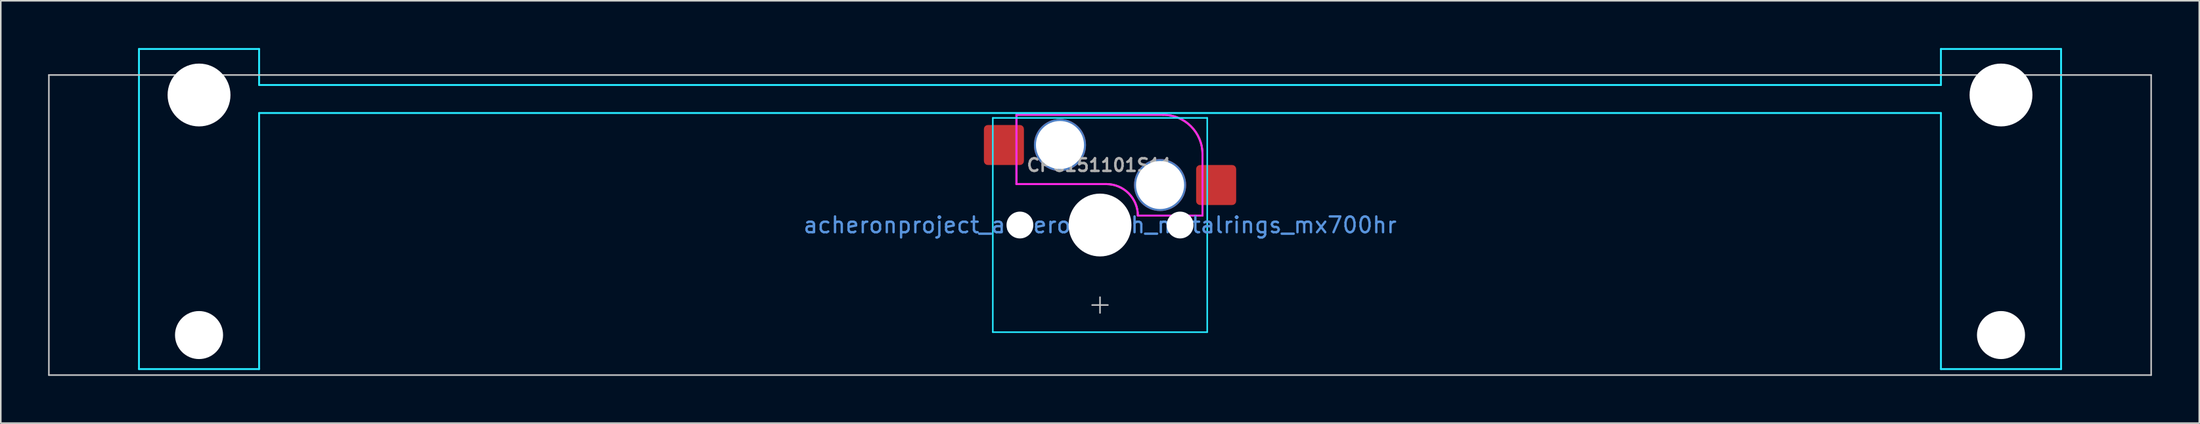
<source format=kicad_pcb>
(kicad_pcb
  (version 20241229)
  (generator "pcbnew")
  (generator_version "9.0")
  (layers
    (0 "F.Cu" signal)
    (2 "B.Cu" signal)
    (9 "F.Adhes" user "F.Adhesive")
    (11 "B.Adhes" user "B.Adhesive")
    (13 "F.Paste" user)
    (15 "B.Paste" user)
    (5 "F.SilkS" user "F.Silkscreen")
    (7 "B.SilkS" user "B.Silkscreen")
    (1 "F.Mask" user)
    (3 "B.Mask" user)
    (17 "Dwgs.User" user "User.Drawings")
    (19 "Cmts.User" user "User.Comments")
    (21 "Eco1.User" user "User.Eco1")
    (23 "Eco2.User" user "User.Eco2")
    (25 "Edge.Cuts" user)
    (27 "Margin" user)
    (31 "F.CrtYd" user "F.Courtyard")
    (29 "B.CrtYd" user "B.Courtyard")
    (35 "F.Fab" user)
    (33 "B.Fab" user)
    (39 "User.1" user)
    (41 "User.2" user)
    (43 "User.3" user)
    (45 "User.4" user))
  (footprint "acheronproject_acheron_mxh_metalrings_mx700hr"
    (layer "F.Cu")
    (at 66.725 11.236)
    (property "Reference" "acheronproject_acheron_mxh_metalrings_mx700hr" (at 0 0 0) (layer "Cmts.User") (effects (font (size 1 1) (thickness 0.15))))
    (attr smd)
    (fp_line (start -66.675 -9.525) (end -66.675 9.525) (stroke (width 0.1) (type solid)) (layer "Dwgs.User"))
    (fp_line (start -66.675 -9.525) (end 66.675 -9.525) (stroke (width 0.1) (type solid)) (layer "Dwgs.User"))
    (fp_line (start -66.675 9.525) (end 66.675 9.525) (stroke (width 0.1) (type solid)) (layer "Dwgs.User"))
    (fp_line (start -0.5 5.08) (end 0.5 5.08) (stroke (width 0.1) (type solid)) (layer "Dwgs.User"))
    (fp_line (start 0 5.58) (end 0 4.58) (stroke (width 0.1) (type solid)) (layer "Dwgs.User"))
    (fp_line (start 66.675 -9.525) (end 66.675 9.525) (stroke (width 0.1) (type solid)) (layer "Dwgs.User"))
    (fp_line (start -60.65 -8.515) (end -60.65 5.485) (stroke (width 0.1) (type solid)) (layer "Eco1.User"))
    (fp_line (start -60.15 -9.015) (end -54.15 -9.015) (stroke (width 0.1) (type solid)) (layer "Eco1.User"))
    (fp_line (start -54.15 5.985) (end -60.15 5.985) (stroke (width 0.1) (type solid)) (layer "Eco1.User"))
    (fp_line (start -53.65 5.485) (end -53.65 -8.515) (stroke (width 0.1) (type solid)) (layer "Eco1.User"))
    (fp_line (start -7 -6.5) (end -7 6.5) (stroke (width 0.1) (type solid)) (layer "Eco1.User"))
    (fp_line (start -6.5 7) (end 6.5 7) (stroke (width 0.1) (type solid)) (layer "Eco1.User"))
    (fp_line (start 6.5 -7) (end -6.5 -7) (stroke (width 0.1) (type solid)) (layer "Eco1.User"))
    (fp_line (start 7 6.5) (end 7 -6.5) (stroke (width 0.1) (type solid)) (layer "Eco1.User"))
    (fp_line (start 53.65 -8.515) (end 53.65 5.485) (stroke (width 0.1) (type solid)) (layer "Eco1.User"))
    (fp_line (start 54.15 -9.015) (end 60.15 -9.015) (stroke (width 0.1) (type solid)) (layer "Eco1.User"))
    (fp_line (start 60.15 5.985) (end 54.15 5.985) (stroke (width 0.1) (type solid)) (layer "Eco1.User"))
    (fp_line (start 60.65 5.485) (end 60.65 -8.515) (stroke (width 0.1) (type solid)) (layer "Eco1.User"))
    (fp_arc (start -60.65 -8.515) (mid -60.503553 -8.868553) (end -60.15 -9.015) (stroke (width 0.1) (type solid)) (layer "Eco1.User"))
    (fp_arc (start -60.15 5.985) (mid -60.503553 5.838553) (end -60.65 5.485) (stroke (width 0.1) (type solid)) (layer "Eco1.User"))
    (fp_arc (start -54.15 -9.015) (mid -53.796447 -8.868553) (end -53.65 -8.515) (stroke (width 0.1) (type solid)) (layer "Eco1.User"))
    (fp_arc (start -53.65 5.485) (mid -53.796447 5.838553) (end -54.15 5.985) (stroke (width 0.1) (type solid)) (layer "Eco1.User"))
    (fp_arc (start -7 -6.5) (mid -6.853553 -6.853553) (end -6.5 -7) (stroke (width 0.1) (type solid)) (layer "Eco1.User"))
    (fp_arc (start -6.5 7) (mid -6.853553 6.853553) (end -7 6.5) (stroke (width 0.1) (type solid)) (layer "Eco1.User"))
    (fp_arc (start 6.5 -7) (mid 6.853553 -6.853553) (end 7 -6.5) (stroke (width 0.1) (type solid)) (layer "Eco1.User"))
    (fp_arc (start 7 6.5) (mid 6.853553 6.853553) (end 6.5 7) (stroke (width 0.1) (type solid)) (layer "Eco1.User"))
    (fp_arc (start 53.65 -8.515) (mid 53.796447 -8.868553) (end 54.15 -9.015) (stroke (width 0.1) (type solid)) (layer "Eco1.User"))
    (fp_arc (start 54.15 5.985) (mid 53.796447 5.838553) (end 53.65 5.485) (stroke (width 0.1) (type solid)) (layer "Eco1.User"))
    (fp_arc (start 60.15 -9.015) (mid 60.503553 -8.868553) (end 60.65 -8.515) (stroke (width 0.1) (type solid)) (layer "Eco1.User"))
    (fp_arc (start 60.65 5.485) (mid 60.503553 5.838553) (end 60.15 5.985) (stroke (width 0.1) (type solid)) (layer "Eco1.User"))
    (fp_line (start -60.96 -11.176) (end -60.96 9.144) (stroke (width 0.12) (type solid)) (layer "B.CrtYd"))
    (fp_line (start -60.96 -11.176) (end -53.34 -11.176) (stroke (width 0.12) (type solid)) (layer "B.CrtYd"))
    (fp_line (start -60.96 9.144) (end -53.34 9.144) (stroke (width 0.12) (type solid)) (layer "B.CrtYd"))
    (fp_line (start -53.34 -11.176) (end -53.34 -8.89) (stroke (width 0.12) (type solid)) (layer "B.CrtYd"))
    (fp_line (start -53.34 -7.112) (end -53.34 9.144) (stroke (width 0.12) (type solid)) (layer "B.CrtYd"))
    (fp_line (start -6.8 -6.8) (end -6.8 6.8) (stroke (width 0.1) (type solid)) (layer "B.CrtYd"))
    (fp_line (start 6.8 -6.8) (end -6.8 -6.8) (stroke (width 0.1) (type solid)) (layer "B.CrtYd"))
    (fp_line (start 6.8 -6.8) (end 6.8 6.8) (stroke (width 0.1) (type solid)) (layer "B.CrtYd"))
    (fp_line (start 6.8 6.8) (end -6.8 6.8) (stroke (width 0.1) (type solid)) (layer "B.CrtYd"))
    (fp_line (start 53.34 -11.176) (end 53.34 -8.89) (stroke (width 0.12) (type solid)) (layer "B.CrtYd"))
    (fp_line (start 53.34 -8.89) (end -53.34 -8.89) (stroke (width 0.12) (type solid)) (layer "B.CrtYd"))
    (fp_line (start 53.34 -7.112) (end -53.34 -7.112) (stroke (width 0.12) (type solid)) (layer "B.CrtYd"))
    (fp_line (start 53.34 -7.112) (end 53.34 9.144) (stroke (width 0.12) (type solid)) (layer "B.CrtYd"))
    (fp_line (start 60.96 -11.176) (end 53.34 -11.176) (stroke (width 0.12) (type solid)) (layer "B.CrtYd"))
    (fp_line (start 60.96 -11.176) (end 60.96 9.144) (stroke (width 0.12) (type solid)) (layer "B.CrtYd"))
    (fp_line (start 60.96 9.144) (end 53.34 9.144) (stroke (width 0.12) (type solid)) (layer "B.CrtYd"))
    (fp_line (start -5.3 -7) (end -5.3 -2.6) (stroke (width 0.127) (type solid)) (layer "F.CrtYd"))
    (fp_line (start -5.2 -7) (end -5.3 -7) (stroke (width 0.12) (type solid)) (layer "F.CrtYd"))
    (fp_line (start 0.4 -2.6) (end -5.3 -2.6) (stroke (width 0.127) (type solid)) (layer "F.CrtYd"))
    (fp_line (start 4 -7) (end -5.2 -7) (stroke (width 0.12) (type solid)) (layer "F.CrtYd"))
    (fp_line (start 6.5 -4.5) (end 6.5 -0.6) (stroke (width 0.12) (type solid)) (layer "F.CrtYd"))
    (fp_line (start 6.5 -0.6) (end 2.4 -0.6) (stroke (width 0.12) (type solid)) (layer "F.CrtYd"))
    (fp_arc (start 0.4 -2.6) (mid 1.814214 -2.014214) (end 2.4 -0.6) (stroke (width 0.127) (type solid)) (layer "F.CrtYd"))
    (fp_arc (start 4 -7) (mid 5.767767 -6.267767) (end 6.5 -4.5) (stroke (width 0.127) (type solid)) (layer "F.CrtYd"))
    (fp_line (start -5.3 -7) (end -5.3 -2.6) (stroke (width 0.127) (type solid)) (layer "F.Fab"))
    (fp_line (start -5.3 -7) (end 4 -7) (stroke (width 0.127) (type solid)) (layer "F.Fab"))
    (fp_line (start -0.5 0) (end 0.5 0) (stroke (width 0.1) (type solid)) (layer "F.Fab"))
    (fp_line (start 0 0.5) (end 0 -0.5) (stroke (width 0.1) (type solid)) (layer "F.Fab"))
    (fp_line (start 0.4 -2.6) (end -5.3 -2.6) (stroke (width 0.127) (type solid)) (layer "F.Fab"))
    (fp_line (start 6.5 -4.5) (end 6.5 -0.6) (stroke (width 0.127) (type solid)) (layer "F.Fab"))
    (fp_line (start 6.5 -0.6) (end 2.4 -0.6) (stroke (width 0.127) (type solid)) (layer "F.Fab"))
    (fp_arc (start 0.400001 -2.600001) (mid 1.814214 -2.014214) (end 2.4 -0.6) (stroke (width 0.127) (type solid)) (layer "F.Fab"))
    (fp_arc (start 4.000001 -7.000001) (mid 5.767768 -6.267767) (end 6.5 -4.5) (stroke (width 0.127) (type solid)) (layer "F.Fab"))
    (fp_text user "CPG151101S11" (at 0 -3.8 0) (unlocked yes) (layer "F.Fab") (effects (font (size 0.8 0.8) (thickness 0.16))))
    (pad "" np_thru_hole circle (at -57.15 -8.255 180) (size 3.988 3.988) (drill 3.988) (layers "*.Cu" "*.Mask"))
    (pad "" np_thru_hole circle (at -57.15 6.985 180) (size 3.048 3.048) (drill 3.048) (layers "*.Cu" "*.Mask"))
    (pad "" np_thru_hole circle (at -5.08 0) (size 1.702 1.702) (drill 1.702) (layers "*.Cu" "*.Mask"))
    (pad "" np_thru_hole circle (at -2.54 -5.08) (size 3.302 3.302) (drill 3.048) (layers "*.Cu" "*.Mask"))
    (pad "" np_thru_hole circle (at 0 0) (size 3.988 3.988) (drill 3.988) (layers "*.Cu" "*.Mask"))
    (pad "" np_thru_hole circle (at 3.81 -2.54) (size 3.302 3.302) (drill 3.048) (layers "*.Cu" "*.Mask"))
    (pad "" np_thru_hole circle (at 5.08 0) (size 1.702 1.702) (drill 1.702) (layers "*.Cu" "*.Mask"))
    (pad "" np_thru_hole circle (at 57.15 -8.255 180) (size 3.988 3.988) (drill 3.988) (layers "*.Cu" "*.Mask"))
    (pad "" np_thru_hole circle (at 57.15 6.985 180) (size 3.048 3.048) (drill 3.048) (layers "*.Cu" "*.Mask"))
    (pad "1" smd roundrect (at -6.096 -5.08) (size 2.54 2.54) (layers "F.Cu" "F.Mask") (roundrect_rratio 0.1))
    (pad "2" smd roundrect (at 7.366 -2.54) (size 2.54 2.54) (layers "F.Cu" "F.Mask") (roundrect_rratio 0.1)))
  (gr_rect
    (start -3 -3)
    (end 136.45 23.811)
    (stroke (width 0.1) (type default))
    (fill no)
    (layer "Edge.Cuts")))
</source>
